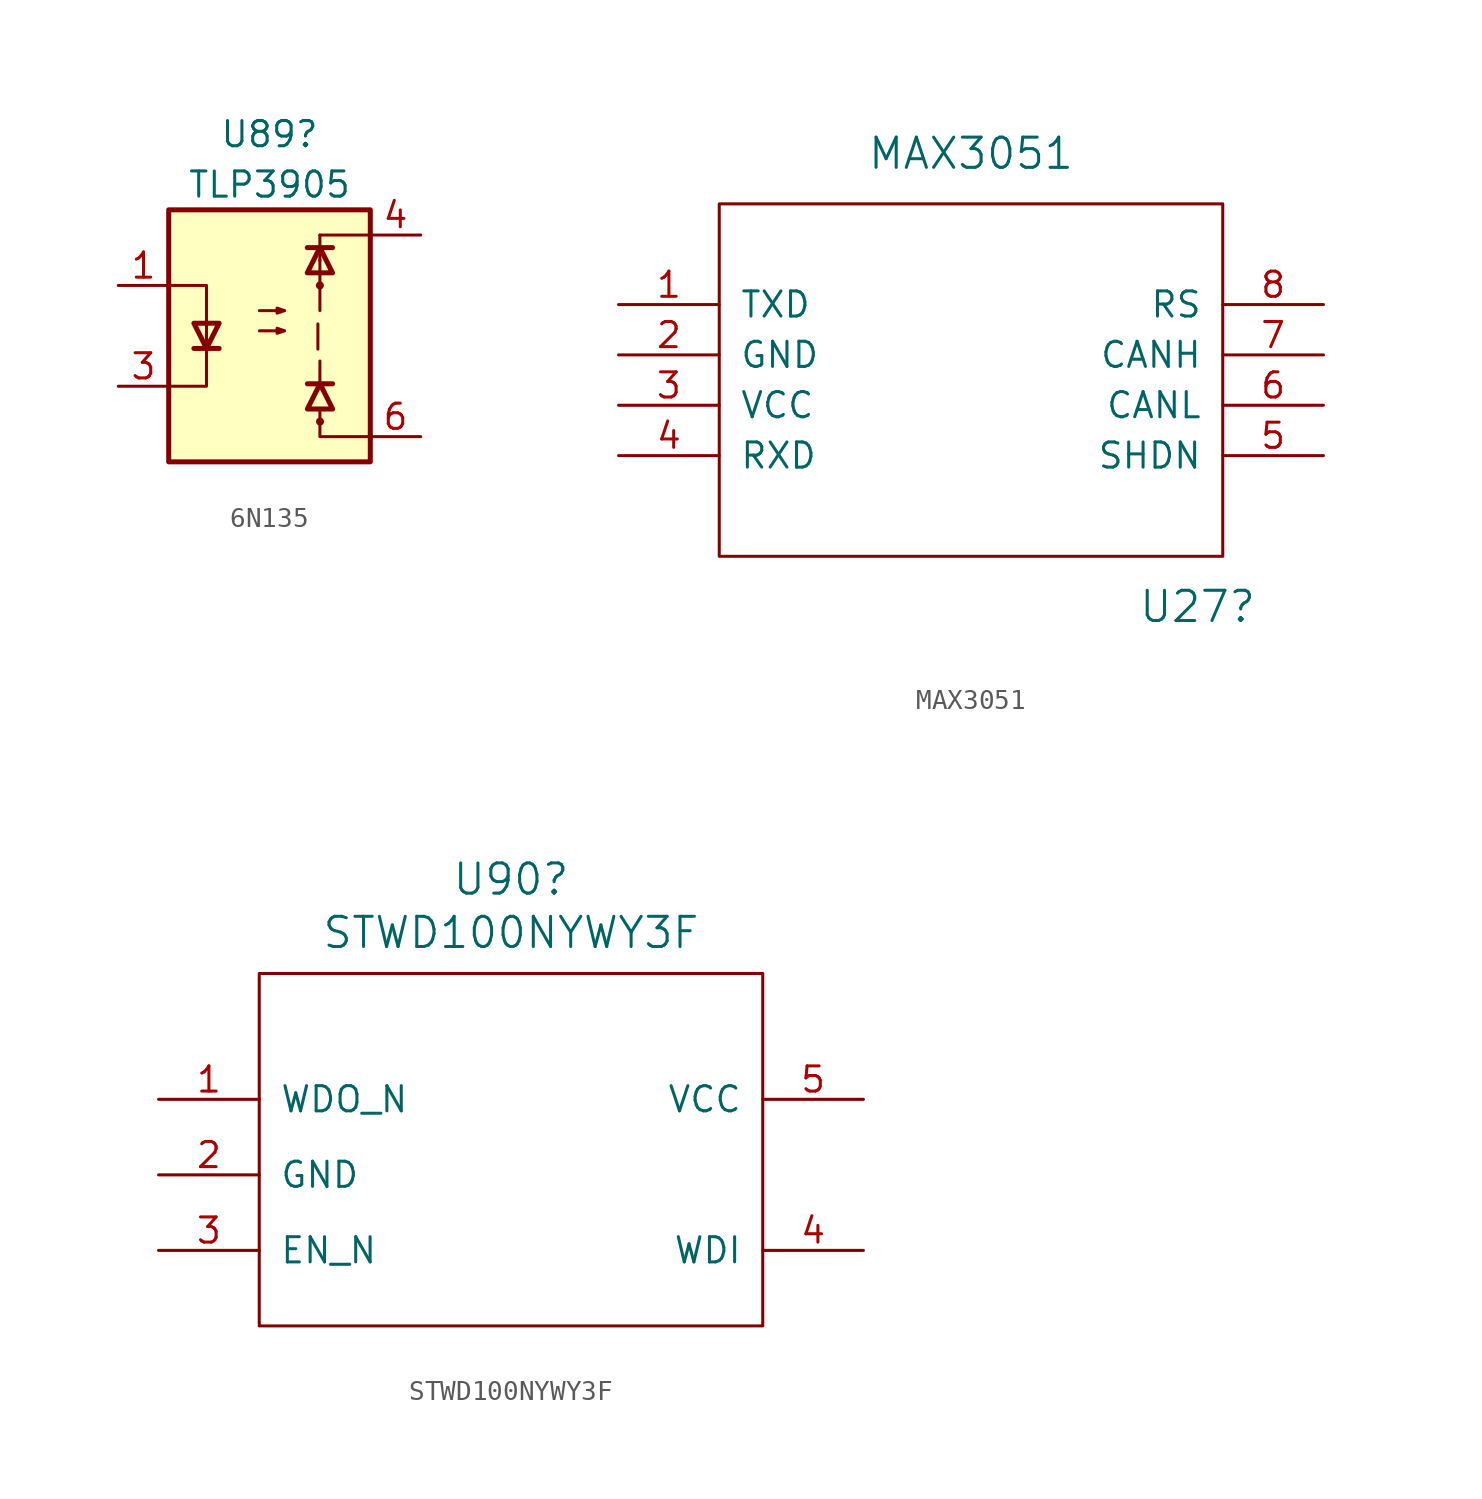
<source format=kicad_sym>
(kicad_symbol_lib
  (version 20220914)
  (generator kicad_symbol_editor)
  (symbol "6N135"
    (pin_names
      (offset 1.016))
    (property "Reference" "U89"
      (at 0 10.16 0)
      (effects (font (size 1.27 1.27))))
    (property "Value" "TLP3905"
      (at 0 7.62 0)
      (effects (font (size 1.27 1.27))))
    (symbol "6N135_0_1"
      (rectangle (start -5.08 6.35) (end 5.08 -6.35) (stroke (width 0.254) (type default)) (fill (type background)))
      (polyline (pts (xy -3.81 -0.635) (xy -2.54 -0.635)) (stroke (width 0.254) (type default)) (fill (type none)))
      (polyline (pts (xy 1.905 4.445) (xy 3.175 4.445)) (stroke (width 0.254) (type default)) (fill (type none)))
      (polyline (pts (xy 1.911 -2.417) (xy 3.181 -2.417)) (stroke (width 0.254) (type default)) (fill (type none)))
      (polyline (pts (xy 2.439 -0.669) (xy 2.439 0.601)) (stroke (width 0) (type default)) (fill (type none)))
      (polyline (pts (xy 2.54 -2.54) (xy 2.54 -1.27)) (stroke (width 0) (type default)) (fill (type none)))
      (polyline (pts (xy 2.54 1.27) (xy 2.54 3.81)) (stroke (width 0) (type default)) (fill (type none)))
      (polyline (pts (xy 2.54 5.08) (xy 2.54 3.81)) (stroke (width 0) (type default)) (fill (type none)))
      (polyline (pts (xy 2.54 5.08) (xy 5.08 5.08)) (stroke (width 0) (type default)) (fill (type none)))
      (polyline (pts (xy 2.54 -3.81) (xy 2.54 -5.08) (xy 5.08 -5.08)) (stroke (width 0) (type default)) (fill (type none)))
      (polyline (pts (xy -5.08 2.54) (xy -3.175 2.54) (xy -3.175 -2.54) (xy -5.08 -2.54)) (stroke (width 0) (type default)) (fill (type none)))
      (polyline (pts (xy -3.175 -0.635) (xy -3.81 0.635) (xy -2.54 0.635) (xy -3.175 -0.635)) (stroke (width 0.254) (type default)) (fill (type none)))
      (polyline (pts (xy 2.54 4.445) (xy 1.905 3.175) (xy 3.175 3.175) (xy 2.54 4.445)) (stroke (width 0.254) (type default)) (fill (type none)))
      (polyline (pts (xy 2.546 -2.417) (xy 1.911 -3.687) (xy 3.181 -3.687) (xy 2.546 -2.417)) (stroke (width 0.254) (type default)) (fill (type none)))
      (polyline (pts (xy -0.508 0.254) (xy 0.762 0.254) (xy 0.381 0.127) (xy 0.381 0.381) (xy 0.762 0.254)) (stroke (width 0) (type default)) (fill (type none)))
      (polyline (pts (xy -0.508 1.27) (xy 0.762 1.27) (xy 0.381 1.143) (xy 0.381 1.397) (xy 0.762 1.27)) (stroke (width 0) (type default)) (fill (type none)))
      (circle (center 2.54 2.54) (radius 0.127) (stroke (width 0) (type default)) (fill (type none)))
      (circle (center 2.546 -4.322) (radius 0.127) (stroke (width 0) (type default)) (fill (type none))))
    (symbol "6N135_1_1"
      (pin passive line (at -7.62 2.54 0) (length 2.54) (name "~" (effects (font (size 1.27 1.27)))) (number "1" (effects (font (size 1.27 1.27)))))
      (pin passive line (at -7.62 -2.54 0) (length 2.54) (name "~" (effects (font (size 1.27 1.27)))) (number "3" (effects (font (size 1.27 1.27)))))
      (pin passive line (at 7.62 5.08 180) (length 2.54) (name "~" (effects (font (size 1.27 1.27)))) (number "4" (effects (font (size 1.27 1.27)))))
      (pin passive line (at 7.62 -5.08 180) (length 2.54) (name "~" (effects (font (size 1.27 1.27)))) (number "6" (effects (font (size 1.27 1.27)))))))
  (symbol "MAX3051"
    (pin_names
      (offset 1.016))
    (property "Reference" "U27"
      (at 11.43 -11.43 0)
      (effects (font (size 1.524 1.524))))
    (property "Value" "MAX3051"
      (at 0 11.43 0)
      (effects (font (size 1.524 1.524))))
    (symbol "MAX3051_0_1"
      (rectangle (start -12.7 8.89) (end 12.7 -8.89) (stroke (width 0) (type default)) (fill (type none))))
    (symbol "MAX3051_1_1"
      (pin input line (at -17.78 3.81 0) (length 5.08) (name "TXD" (effects (font (size 1.27 1.27)))) (number "1" (effects (font (size 1.27 1.27)))))
      (pin input line (at -17.78 1.27 0) (length 5.08) (name "GND" (effects (font (size 1.27 1.27)))) (number "2" (effects (font (size 1.27 1.27)))))
      (pin input line (at -17.78 -1.27 0) (length 5.08) (name "VCC" (effects (font (size 1.27 1.27)))) (number "3" (effects (font (size 1.27 1.27)))))
      (pin output line (at -17.78 -3.81 0) (length 5.08) (name "RXD" (effects (font (size 1.27 1.27)))) (number "4" (effects (font (size 1.27 1.27)))))
      (pin input line (at 17.78 -3.81 180) (length 5.08) (name "SHDN" (effects (font (size 1.27 1.27)))) (number "5" (effects (font (size 1.27 1.27)))))
      (pin bidirectional line (at 17.78 -1.27 180) (length 5.08) (name "CANL" (effects (font (size 1.27 1.27)))) (number "6" (effects (font (size 1.27 1.27)))))
      (pin bidirectional line (at 17.78 1.27 180) (length 5.08) (name "CANH" (effects (font (size 1.27 1.27)))) (number "7" (effects (font (size 1.27 1.27)))))
      (pin input line (at 17.78 3.81 180) (length 5.08) (name "RS" (effects (font (size 1.27 1.27)))) (number "8" (effects (font (size 1.27 1.27)))))))
  (symbol "STWD100NYWY3F"
    (pin_names
      (offset 1.016))
    (property "Reference" "U90"
      (at 0 14.91 0)
      (effects (font (size 1.524 1.524))))
    (property "Value" "STWD100NYWY3F"
      (at 0 12.217 0)
      (effects (font (size 1.524 1.524))))
    (symbol "STWD100NYWY3F_0_1"
      (rectangle (start -12.7 10.16) (end 12.7 -7.62) (stroke (width 0) (type default)) (fill (type none))))
    (symbol "STWD100NYWY3F_1_1"
      (pin open_collector line (at -17.78 3.81 0) (length 5.08) (name "WDO_N" (effects (font (size 1.27 1.27)))) (number "1" (effects (font (size 1.27 1.27)))))
      (pin power_in line (at -17.78 0 0) (length 5.08) (name "GND" (effects (font (size 1.27 1.27)))) (number "2" (effects (font (size 1.27 1.27)))))
      (pin input line (at -17.78 -3.81 0) (length 5.08) (name "EN_N" (effects (font (size 1.27 1.27)))) (number "3" (effects (font (size 1.27 1.27)))))
      (pin input line (at 17.78 -3.81 180) (length 5.08) (name "WDI" (effects (font (size 1.27 1.27)))) (number "4" (effects (font (size 1.27 1.27)))))
      (pin power_in line (at 17.78 3.81 180) (length 5.08) (name "VCC" (effects (font (size 1.27 1.27)))) (number "5" (effects (font (size 1.27 1.27))))))))
</source>
